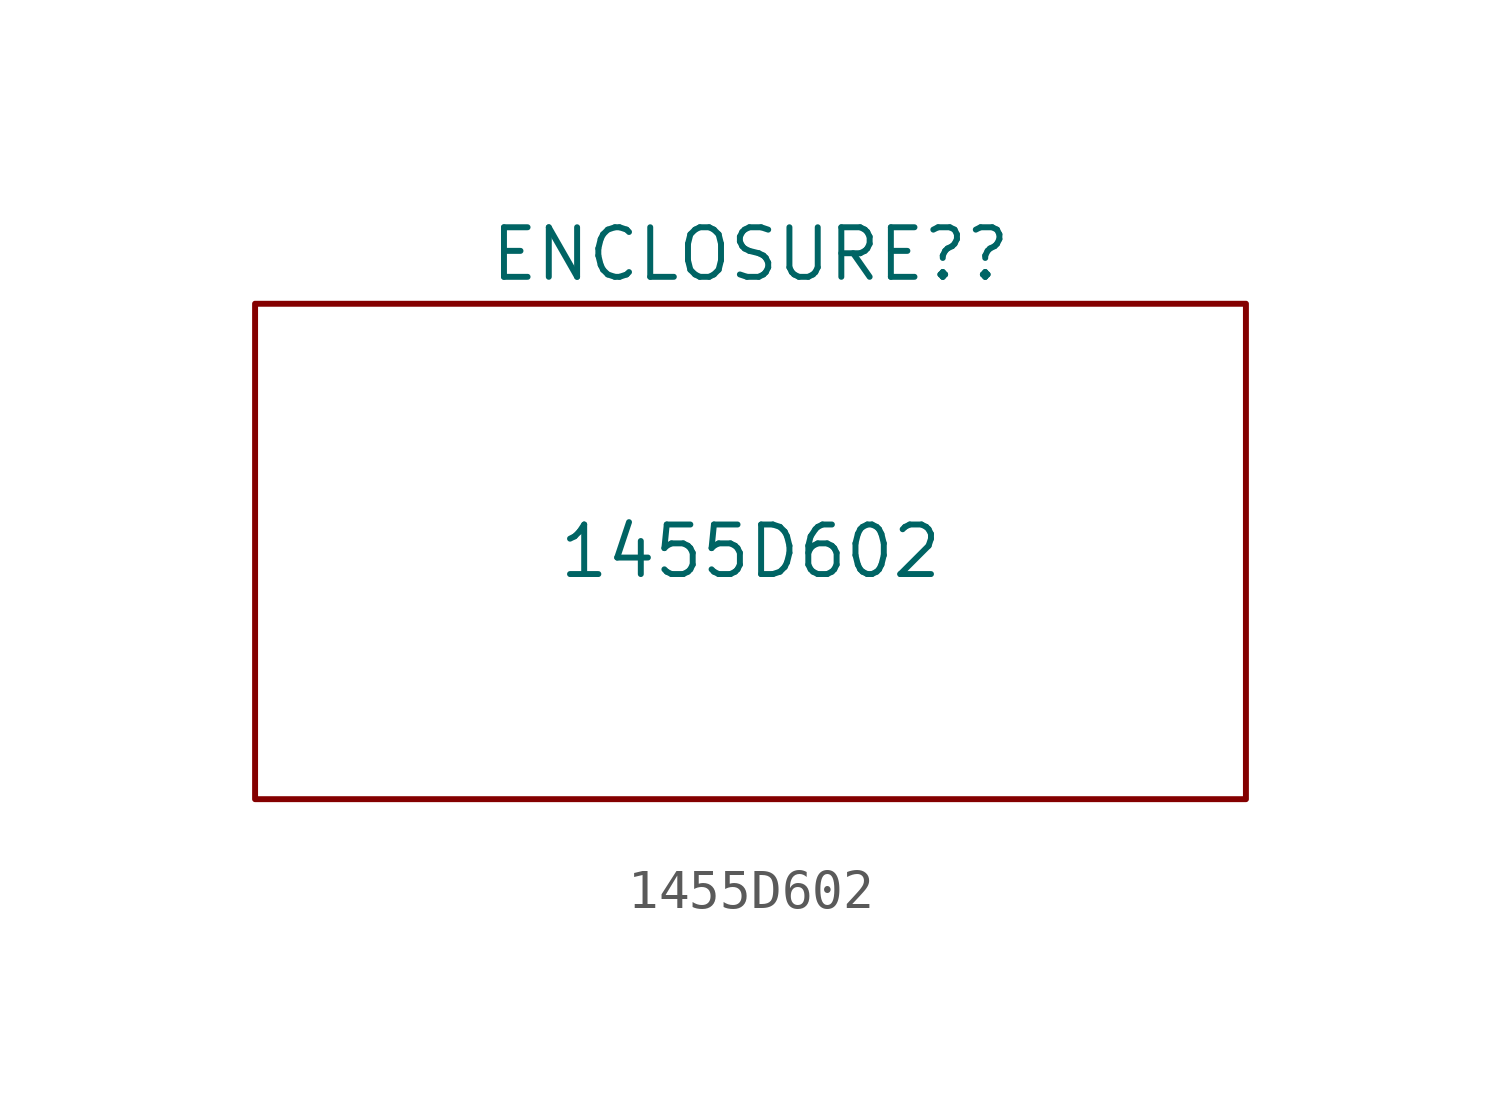
<source format=kicad_sym>
(kicad_symbol_lib
  (version 20211014)
  (generator kicad_symbol_editor)
  (symbol "1455D602"
    (property "Reference" "ENCLOSURE?"
      (at 0 13.97 0)
      (effects (font (size 1.27 1.27))))
    (property "Value" "1455D602"
      (at 0 6.35 0)
      (effects (font (size 1.27 1.27))))
    (symbol "1455D602_0_1"
      (rectangle (start -12.7 12.7) (end 12.7 0) (stroke (width 0) (type default) (color 0 0 0 0)) (fill (type none))))))
</source>
